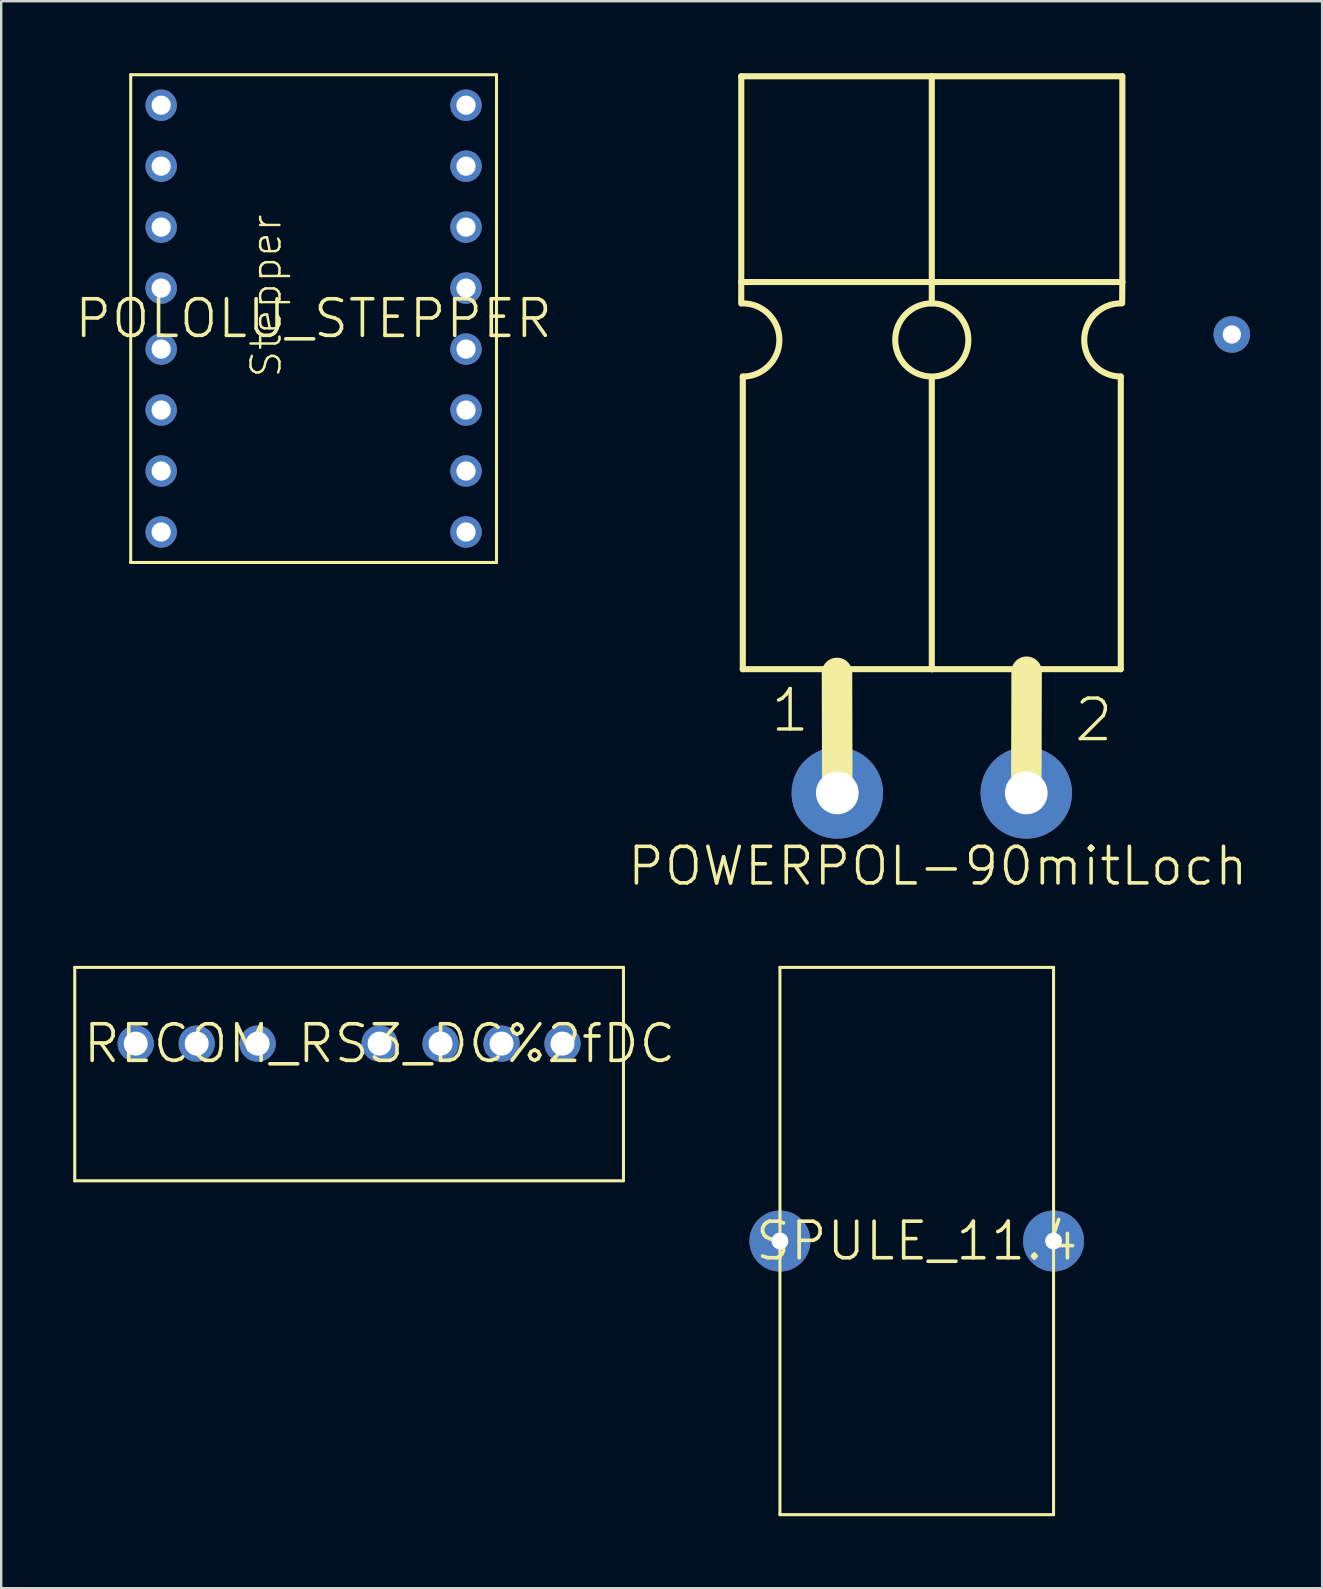
<source format=kicad_pcb>
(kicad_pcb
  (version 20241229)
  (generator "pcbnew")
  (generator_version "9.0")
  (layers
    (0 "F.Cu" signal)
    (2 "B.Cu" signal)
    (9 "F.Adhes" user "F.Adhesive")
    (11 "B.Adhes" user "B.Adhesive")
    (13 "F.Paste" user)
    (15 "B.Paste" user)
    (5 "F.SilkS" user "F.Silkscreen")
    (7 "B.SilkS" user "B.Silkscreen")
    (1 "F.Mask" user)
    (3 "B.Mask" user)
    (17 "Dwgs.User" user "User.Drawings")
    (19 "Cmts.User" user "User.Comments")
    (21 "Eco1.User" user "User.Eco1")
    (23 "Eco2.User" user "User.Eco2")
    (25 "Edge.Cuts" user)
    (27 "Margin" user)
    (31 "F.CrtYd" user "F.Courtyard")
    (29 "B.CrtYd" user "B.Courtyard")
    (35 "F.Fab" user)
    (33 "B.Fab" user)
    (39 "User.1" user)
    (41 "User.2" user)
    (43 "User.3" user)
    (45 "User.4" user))
  (footprint "RECOM_RS3_DC%2fDC"
    (layer "F.Cu")
    (at 12.764 40.428)
    (property "Reference" "RECOM_RS3_DC%2fDC" (at 0 0 0) (layer "F.SilkS") (effects (font (size 1.524 1.524) (thickness 0.15))))
    (attr through_hole)
    (fp_line (start -12.7 -3.175) (end -12.7 5.715) (stroke (width 0.127) (type solid)) (layer "F.SilkS"))
    (fp_line (start -12.7 5.715) (end 10.16 5.715) (stroke (width 0.127) (type solid)) (layer "F.SilkS"))
    (fp_line (start 10.16 -3.175) (end -12.7 -3.175) (stroke (width 0.127) (type solid)) (layer "F.SilkS"))
    (fp_line (start 10.16 5.715) (end 10.16 -3.175) (stroke (width 0.127) (type solid)) (layer "F.SilkS"))
    (pad "COM" thru_hole circle (at 5.08 0) (size 1.508 1.508) (drill 1) (layers "*.Cu" "*.Mask"))
    (pad "CTR" thru_hole circle (at -5.08 0) (size 1.508 1.508) (drill 1) (layers "*.Cu" "*.Mask"))
    (pad "GND" thru_hole circle (at -10.16 0) (size 1.508 1.508) (drill 1) (layers "*.Cu" "*.Mask"))
    (pad "NC" thru_hole circle (at 0 0) (size 1.508 1.508) (drill 1) (layers "*.Cu" "*.Mask"))
    (pad "VIN+" thru_hole circle (at -7.62 0) (size 1.508 1.508) (drill 1) (layers "*.Cu" "*.Mask"))
    (pad "VOUT" thru_hole circle (at 2.54 0) (size 1.508 1.508) (drill 1) (layers "*.Cu" "*.Mask"))
    (pad "VOUT" thru_hole circle (at 7.62 0) (size 1.508 1.508) (drill 1) (layers "*.Cu" "*.Mask")))
  (footprint "SPULE_11.4"
    (layer "F.Cu")
    (at 35.143 48.653)
    (property "Reference" "SPULE_11.4" (at 0 0 0) (layer "F.SilkS") (effects (font (size 1.524 1.524) (thickness 0.15))))
    (attr through_hole)
    (fp_line (start -5.7 -11.4) (end 5.7 -11.4) (stroke (width 0.127) (type solid)) (layer "F.SilkS"))
    (fp_line (start -5.7 11.4) (end -5.7 -11.4) (stroke (width 0.127) (type solid)) (layer "F.SilkS"))
    (fp_line (start 5.7 -11.4) (end 5.7 11.4) (stroke (width 0.127) (type solid)) (layer "F.SilkS"))
    (fp_line (start 5.7 11.4) (end -5.7 11.4) (stroke (width 0.127) (type solid)) (layer "F.SilkS"))
    (pad "P$1" thru_hole circle (at -5.7 0) (size 2.54 2.54) (drill 0.7) (layers "*.Cu" "*.Mask"))
    (pad "P$2" thru_hole circle (at 5.7 0) (size 2.54 2.54) (drill 0.7) (layers "*.Cu" "*.Mask")))
  (footprint "POWERPOL-90mitLoch"
    (layer "F.Cu")
    (at 35.77 29.985)
    (property "Reference" "POWERPOL-90mitLoch" (at 0.25 3.05 0) (layer "F.SilkS") (effects (font (size 1.524 1.524) (thickness 0.15))))
    (attr through_hole)
    (fp_line (start -7.94 -20.39) (end -7.938 -21.285) (stroke (width 0.254) (type solid)) (layer "F.SilkS"))
    (fp_line (start -7.938 -29.858) (end 7.938 -29.858) (stroke (width 0.254) (type solid)) (layer "F.SilkS"))
    (fp_line (start -7.938 -21.285) (end -7.938 -29.858) (stroke (width 0.254) (type solid)) (layer "F.SilkS"))
    (fp_line (start -7.938 -21.285) (end 7.938 -21.285) (stroke (width 0.254) (type solid)) (layer "F.SilkS"))
    (fp_line (start -7.874 -17.348) (end -7.874 -5.156) (stroke (width 0.254) (type solid)) (layer "F.SilkS"))
    (fp_line (start -7.874 -5.156) (end -3.937 -5.156) (stroke (width 0.254) (type solid)) (layer "F.SilkS"))
    (fp_line (start -3.937 -5.156) (end 0 -5.156) (stroke (width 0.254) (type solid)) (layer "F.SilkS"))
    (fp_line (start -3.937 0) (end -3.95 -5) (stroke (width 1.27) (type solid)) (layer "F.SilkS"))
    (fp_line (start 0 -20.4) (end 0 -29.858) (stroke (width 0.254) (type solid)) (layer "F.SilkS"))
    (fp_line (start 0 -17.285) (end 0 -5.156) (stroke (width 0.254) (type solid)) (layer "F.SilkS"))
    (fp_line (start 0 -5.156) (end 3.937 -5.156) (stroke (width 0.254) (type solid)) (layer "F.SilkS"))
    (fp_line (start 3.937 -5.156) (end 7.874 -5.156) (stroke (width 0.254) (type solid)) (layer "F.SilkS"))
    (fp_line (start 3.937 0) (end 3.95 -5.05) (stroke (width 1.27) (type solid)) (layer "F.SilkS"))
    (fp_line (start 7.874 -5.156) (end 7.874 -17.348) (stroke (width 0.254) (type solid)) (layer "F.SilkS"))
    (fp_line (start 7.938 -29.858) (end 7.938 -21.285) (stroke (width 0.254) (type solid)) (layer "F.SilkS"))
    (fp_line (start 7.938 -21.285) (end 7.93 -20.4) (stroke (width 0.254) (type solid)) (layer "F.SilkS"))
    (fp_arc (start -7.874 -20.396) (mid -6.35 -18.872) (end -7.874 -17.348) (stroke (width 0.254) (type solid)) (layer "F.SilkS"))
    (fp_arc (start 7.874 -17.348) (mid 6.35 -18.872) (end 7.874 -20.396) (stroke (width 0.254) (type solid)) (layer "F.SilkS"))
    (fp_circle (center 0 -18.872) (end 1.524 -18.872) (stroke (width 0.254) (type solid)) (fill no) (layer "F.SilkS"))
    (fp_text user "1" (at -6.8 -2.45 0) (layer "F.SilkS") (effects (font (size 1.689 1.689) (thickness 0.142)) (justify left bottom)))
    (fp_text user "2" (at 5.85 -2.05 0) (layer "F.SilkS") (effects (font (size 1.689 1.689) (thickness 0.142)) (justify left bottom)))
    (pad "1" thru_hole circle (at -3.937 0) (size 3.81 3.81) (drill 1.778) (layers "*.Cu" "*.Mask"))
    (pad "2" thru_hole circle (at 3.937 0) (size 3.81 3.81) (drill 1.778) (layers "*.Cu" "*.Mask"))
    (pad "3" thru_hole circle (at 12.5 -19.1) (size 1.524 1.524) (drill 0.762) (layers "*.Cu" "*.Mask")))
  (footprint "POLOLU_STEPPER"
    (layer "F.Cu")
    (at 10.015 10.223)
    (property "Reference" "POLOLU_STEPPER" (at 0 0 0) (layer "F.SilkS") (effects (font (size 1.524 1.524) (thickness 0.15))))
    (attr through_hole)
    (fp_line (start -7.62 -10.16) (end 7.62 -10.16) (stroke (width 0.127) (type solid)) (layer "F.SilkS"))
    (fp_line (start -7.62 10.16) (end -7.62 -10.16) (stroke (width 0.127) (type solid)) (layer "F.SilkS"))
    (fp_line (start 7.62 -10.16) (end 7.62 10.16) (stroke (width 0.127) (type solid)) (layer "F.SilkS"))
    (fp_line (start 7.62 10.16) (end -7.62 10.16) (stroke (width 0.127) (type solid)) (layer "F.SilkS"))
    (fp_text user "Stepper" (at -1.27 2.54 90) (layer "F.SilkS") (effects (font (size 1.206 1.206) (thickness 0.102)) (justify left bottom)))
    (pad "1A" thru_hole circle (at -6.35 1.27) (size 1.308 1.308) (drill 0.8) (layers "*.Cu" "*.Mask"))
    (pad "1B" thru_hole circle (at -6.35 3.81) (size 1.308 1.308) (drill 0.8) (layers "*.Cu" "*.Mask"))
    (pad "2A" thru_hole circle (at -6.35 -1.27) (size 1.308 1.308) (drill 0.8) (layers "*.Cu" "*.Mask"))
    (pad "2B" thru_hole circle (at -6.35 -3.81) (size 1.308 1.308) (drill 0.8) (layers "*.Cu" "*.Mask"))
    (pad "DIR" thru_hole circle (at 6.35 8.89) (size 1.308 1.308) (drill 0.8) (layers "*.Cu" "*.Mask"))
    (pad "EN_" thru_hole circle (at 6.35 -8.89) (size 1.308 1.308) (drill 0.8) (layers "*.Cu" "*.Mask"))
    (pad "GND" thru_hole circle (at -6.35 -6.35) (size 1.308 1.308) (drill 0.8) (layers "*.Cu" "*.Mask"))
    (pad "GND1" thru_hole circle (at -6.35 8.89) (size 1.308 1.308) (drill 0.8) (layers "*.Cu" "*.Mask"))
    (pad "MS1" thru_hole circle (at 6.35 -6.35) (size 1.308 1.308) (drill 0.8) (layers "*.Cu" "*.Mask"))
    (pad "MS2" thru_hole circle (at 6.35 -3.81) (size 1.308 1.308) (drill 0.8) (layers "*.Cu" "*.Mask"))
    (pad "MS3" thru_hole circle (at 6.35 -1.27) (size 1.308 1.308) (drill 0.8) (layers "*.Cu" "*.Mask"))
    (pad "RST_" thru_hole circle (at 6.35 1.27) (size 1.308 1.308) (drill 0.8) (layers "*.Cu" "*.Mask"))
    (pad "SLP_" thru_hole circle (at 6.35 3.81) (size 1.308 1.308) (drill 0.8) (layers "*.Cu" "*.Mask"))
    (pad "STEP" thru_hole circle (at 6.35 6.35) (size 1.308 1.308) (drill 0.8) (layers "*.Cu" "*.Mask"))
    (pad "VDD" thru_hole circle (at -6.35 6.35) (size 1.308 1.308) (drill 0.8) (layers "*.Cu" "*.Mask"))
    (pad "VMOT" thru_hole circle (at -6.35 -8.89) (size 1.308 1.308) (drill 0.8) (layers "*.Cu" "*.Mask")))
  (gr_rect
    (start -3 -3)
    (end 52.032 63.116)
    (stroke (width 0.1) (type default))
    (fill no)
    (layer "Edge.Cuts")))
</source>
